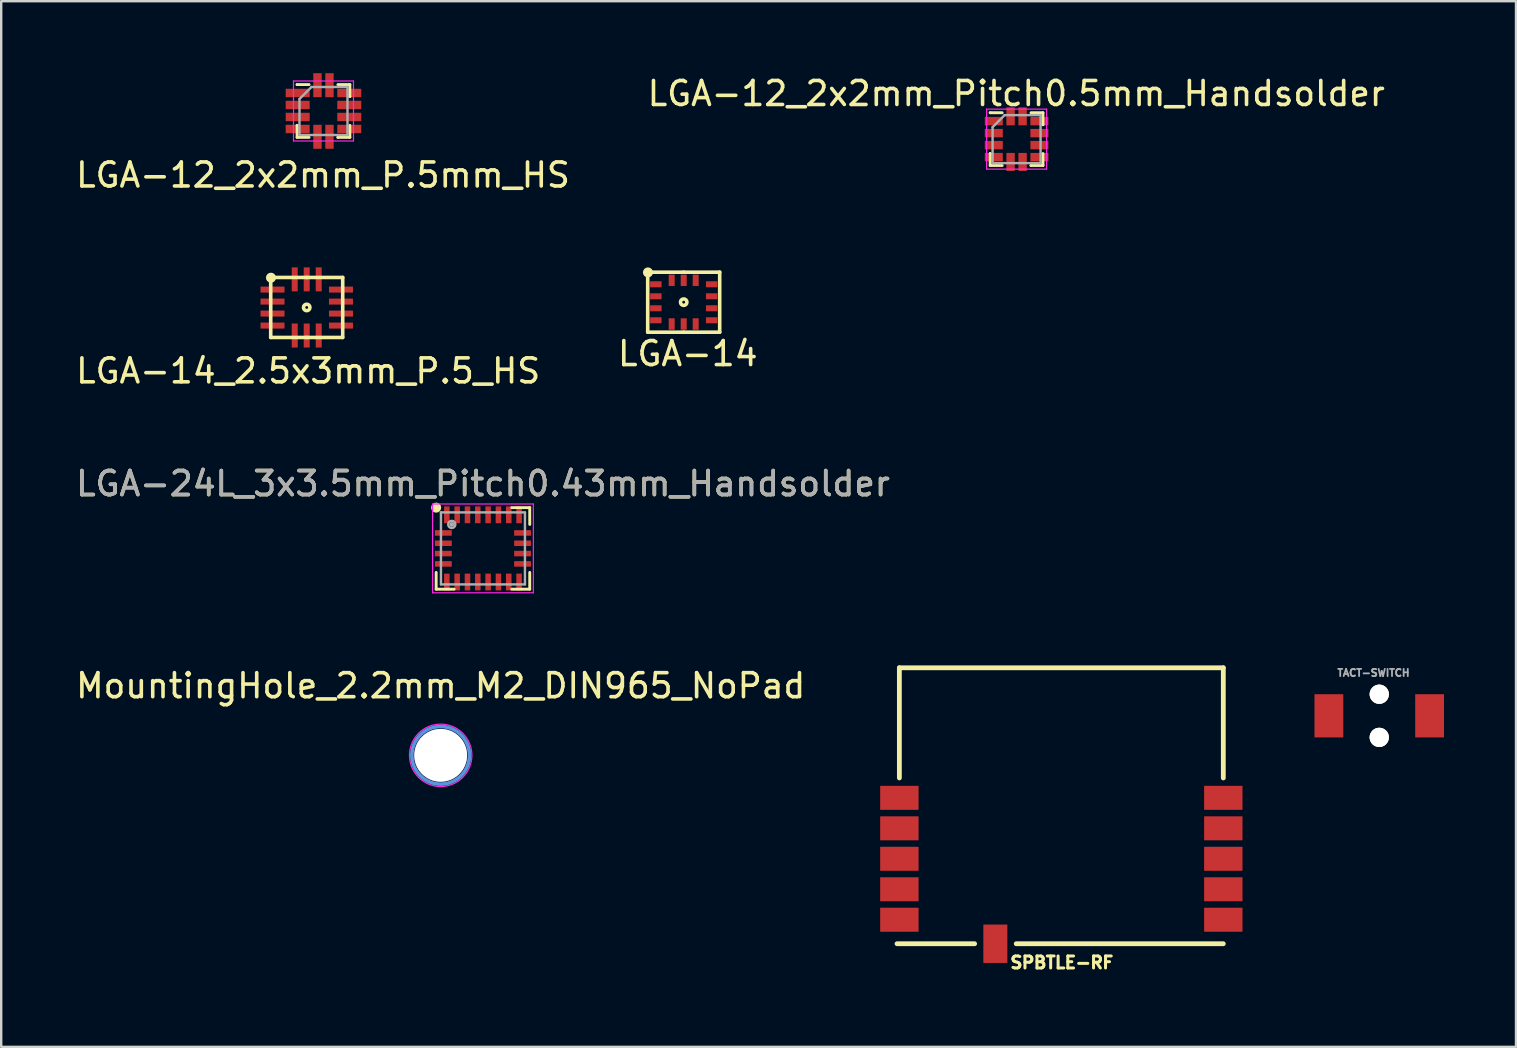
<source format=kicad_pcb>
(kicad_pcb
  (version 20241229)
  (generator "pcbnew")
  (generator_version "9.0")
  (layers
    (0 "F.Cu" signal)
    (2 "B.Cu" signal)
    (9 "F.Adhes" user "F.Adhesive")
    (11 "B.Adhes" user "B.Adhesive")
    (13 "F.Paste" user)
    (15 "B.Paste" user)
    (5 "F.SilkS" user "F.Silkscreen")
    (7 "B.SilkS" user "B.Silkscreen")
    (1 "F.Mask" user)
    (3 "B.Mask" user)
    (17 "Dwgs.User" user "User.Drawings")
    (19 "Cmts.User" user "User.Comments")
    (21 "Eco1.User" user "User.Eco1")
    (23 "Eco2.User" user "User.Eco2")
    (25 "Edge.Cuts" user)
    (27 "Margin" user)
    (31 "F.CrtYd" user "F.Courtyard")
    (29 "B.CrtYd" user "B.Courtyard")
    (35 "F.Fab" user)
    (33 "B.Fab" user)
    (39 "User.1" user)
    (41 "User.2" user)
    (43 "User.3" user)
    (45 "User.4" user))
  (footprint "MountingHole_2.2mm_M2_DIN965_NoPad"
    (layer "F.Cu")
    (at 15.315 28.428)
    (property "Reference" "MountingHole_2.2mm_M2_DIN965_NoPad" (at 0 -2.9 0) (layer "F.SilkS") (effects (font (size 1 1) (thickness 0.15))))
    (attr exclude_from_pos_files exclude_from_bom)
    (fp_circle (center 0 0) (end 1.2 0) (stroke (width 0.15) (type solid)) (fill no) (layer "Cmts.User"))
    (fp_circle (center 0 0) (end 1.3 0.05) (stroke (width 0.05) (type solid)) (fill no) (layer "F.CrtYd"))
    (pad "1" thru_hole circle (at 0 0) (size 2.2 2.2) (drill 2.2) (layers "*.Cu" "F.Mask" "F.Paste")))
  (footprint "LGA-12_2x2mm_Pitch0.5mm_Handsolder"
    (layer "F.Cu")
    (at 39.316 2.748)
    (property "Reference" "LGA-12_2x2mm_Pitch0.5mm_Handsolder" (at -0.013 -1.9 0) (layer "F.SilkS") (effects (font (size 1 1) (thickness 0.15))))
    (attr smd)
    (fp_line (start -1.1 -1.1) (end -1.1 -1.1) (stroke (width 0.12) (type solid)) (layer "F.SilkS"))
    (fp_line (start -1.1 0.6) (end -1.1 0.6) (stroke (width 0.12) (type solid)) (layer "F.SilkS"))
    (fp_line (start -1.1 1.1) (end -1.1 0.6) (stroke (width 0.12) (type solid)) (layer "F.SilkS"))
    (fp_line (start -0.6 -1.1) (end -1.1 -1.1) (stroke (width 0.12) (type solid)) (layer "F.SilkS"))
    (fp_line (start -0.6 1.1) (end -1.1 1.1) (stroke (width 0.12) (type solid)) (layer "F.SilkS"))
    (fp_line (start 0.6 -1.1) (end 1.1 -1.1) (stroke (width 0.12) (type solid)) (layer "F.SilkS"))
    (fp_line (start 0.6 1.1) (end 0.6 1.1) (stroke (width 0.12) (type solid)) (layer "F.SilkS"))
    (fp_line (start 1.1 -1.1) (end 1.1 -0.6) (stroke (width 0.12) (type solid)) (layer "F.SilkS"))
    (fp_line (start 1.1 -0.6) (end 1.1 -0.6) (stroke (width 0.12) (type solid)) (layer "F.SilkS"))
    (fp_line (start 1.1 0.6) (end 1.1 1.1) (stroke (width 0.12) (type solid)) (layer "F.SilkS"))
    (fp_line (start 1.1 1.1) (end 0.6 1.1) (stroke (width 0.12) (type solid)) (layer "F.SilkS"))
    (fp_line (start -1.25 -1.25) (end 1.25 -1.25) (stroke (width 0.05) (type solid)) (layer "F.CrtYd"))
    (fp_line (start -1.25 1.25) (end -1.25 -1.25) (stroke (width 0.05) (type solid)) (layer "F.CrtYd"))
    (fp_line (start 1.25 -1.25) (end 1.25 1.25) (stroke (width 0.05) (type solid)) (layer "F.CrtYd"))
    (fp_line (start 1.25 1.25) (end -1.25 1.25) (stroke (width 0.05) (type solid)) (layer "F.CrtYd"))
    (fp_line (start -1 -0.5) (end -0.5 -1) (stroke (width 0.1) (type solid)) (layer "F.Fab"))
    (fp_line (start -1 1) (end -1 -0.5) (stroke (width 0.1) (type solid)) (layer "F.Fab"))
    (fp_line (start -0.5 -1) (end 1 -1) (stroke (width 0.1) (type solid)) (layer "F.Fab"))
    (fp_line (start 1 -1) (end 1 1) (stroke (width 0.1) (type solid)) (layer "F.Fab"))
    (fp_line (start 1 1) (end -1 1) (stroke (width 0.1) (type solid)) (layer "F.Fab"))
    (pad "1" smd rect (at -0.95 -0.75) (size 0.75 0.35) (layers "F.Cu" "F.Mask" "F.Paste"))
    (pad "2" smd rect (at -0.95 -0.25) (size 0.75 0.35) (layers "F.Cu" "F.Mask" "F.Paste"))
    (pad "3" smd rect (at -0.95 0.25) (size 0.75 0.35) (layers "F.Cu" "F.Mask" "F.Paste"))
    (pad "4" smd rect (at -0.95 0.75) (size 0.75 0.35) (layers "F.Cu" "F.Mask" "F.Paste"))
    (pad "5" smd rect (at -0.25 0.95 270) (size 0.75 0.35) (layers "F.Cu" "F.Mask" "F.Paste"))
    (pad "6" smd rect (at 0.25 0.95 90) (size 0.75 0.35) (layers "F.Cu" "F.Mask" "F.Paste"))
    (pad "7" smd rect (at 0.95 0.75) (size 0.75 0.35) (layers "F.Cu" "F.Mask" "F.Paste"))
    (pad "8" smd rect (at 0.95 0.25) (size 0.75 0.35) (layers "F.Cu" "F.Mask" "F.Paste"))
    (pad "9" smd rect (at 0.95 -0.25) (size 0.75 0.35) (layers "F.Cu" "F.Mask" "F.Paste"))
    (pad "10" smd rect (at 0.95 -0.75) (size 0.75 0.35) (layers "F.Cu" "F.Mask" "F.Paste"))
    (pad "11" smd rect (at 0.25 -0.95 90) (size 0.75 0.35) (layers "F.Cu" "F.Mask" "F.Paste"))
    (pad "12" smd rect (at -0.25 -0.95 90) (size 0.75 0.35) (layers "F.Cu" "F.Mask" "F.Paste")))
  (footprint "LGA-14_2.5x3mm_P.5_HS"
    (layer "F.Cu")
    (at 8.572 9.018)
    (property "Reference" "LGA-14_2.5x3mm_P.5_HS" (at 1.22 3.39 0) (layer "F.SilkS") (effects (font (size 1 1) (thickness 0.15))))
    (attr through_hole)
    (fp_line (start -0.34 -0.505) (end -0.34 1.995) (stroke (width 0.15) (type solid)) (layer "F.SilkS"))
    (fp_line (start 1.16 -0.505) (end -0.34 -0.505) (stroke (width 0.15) (type solid)) (layer "F.SilkS"))
    (fp_line (start 1.16 -0.505) (end 2.66 -0.505) (stroke (width 0.15) (type solid)) (layer "F.SilkS"))
    (fp_line (start 1.16 1.995) (end -0.34 1.995) (stroke (width 0.15) (type solid)) (layer "F.SilkS"))
    (fp_line (start 1.16 1.995) (end 2.66 1.995) (stroke (width 0.15) (type solid)) (layer "F.SilkS"))
    (fp_line (start 2.66 -0.505) (end 2.66 1.995) (stroke (width 0.15) (type solid)) (layer "F.SilkS"))
    (fp_circle (center -0.33 -0.495) (end -0.24 -0.595) (stroke (width 0.15) (type solid)) (fill no) (layer "F.SilkS"))
    (fp_circle (center 1.16 0.745) (end 1.25 0.645) (stroke (width 0.15) (type solid)) (fill no) (layer "F.SilkS"))
    (pad "1" smd rect (at -0.265 0) (size 1 0.25) (layers "F.Cu" "F.Paste"))
    (pad "2" smd rect (at -0.265 0.5) (size 1 0.25) (layers "F.Cu" "F.Paste"))
    (pad "3" smd rect (at -0.265 1) (size 1 0.25) (layers "F.Cu" "F.Paste"))
    (pad "4" smd rect (at -0.265 1.5) (size 1 0.25) (layers "F.Cu" "F.Paste"))
    (pad "5" smd rect (at 0.66 1.915 90) (size 1 0.25) (layers "F.Cu" "F.Paste"))
    (pad "6" smd rect (at 1.16 1.915 90) (size 1 0.25) (layers "F.Cu" "F.Paste"))
    (pad "7" smd rect (at 1.66 1.915 90) (size 1 0.25) (layers "F.Cu" "F.Paste"))
    (pad "8" smd rect (at 2.587 1.5) (size 1 0.25) (layers "F.Cu" "F.Paste"))
    (pad "9" smd rect (at 2.587 1) (size 1 0.25) (layers "F.Cu" "F.Paste"))
    (pad "10" smd rect (at 2.587 0.5) (size 1 0.25) (layers "F.Cu" "F.Paste"))
    (pad "11" smd rect (at 2.587 0) (size 1 0.25) (layers "F.Cu" "F.Paste"))
    (pad "12" smd rect (at 1.66 -0.425 90) (size 1 0.25) (layers "F.Cu" "F.Paste"))
    (pad "13" smd rect (at 1.16 -0.425 90) (size 1 0.25) (layers "F.Cu" "F.Paste"))
    (pad "14" smd rect (at 0.66 -0.425 90) (size 1 0.25) (layers "F.Cu" "F.Paste")))
  (footprint "LGA-14"
    (layer "F.Cu")
    (at 24.283 8.798)
    (property "Reference" "LGA-14" (at 1.33 2.89 0) (layer "F.SilkS") (effects (font (size 1 1) (thickness 0.15))))
    (attr through_hole)
    (fp_line (start -0.34 -0.505) (end -0.34 1.995) (stroke (width 0.15) (type solid)) (layer "F.SilkS"))
    (fp_line (start 1.16 -0.505) (end -0.34 -0.505) (stroke (width 0.15) (type solid)) (layer "F.SilkS"))
    (fp_line (start 1.16 -0.505) (end 2.66 -0.505) (stroke (width 0.15) (type solid)) (layer "F.SilkS"))
    (fp_line (start 1.16 1.995) (end -0.34 1.995) (stroke (width 0.15) (type solid)) (layer "F.SilkS"))
    (fp_line (start 1.16 1.995) (end 2.66 1.995) (stroke (width 0.15) (type solid)) (layer "F.SilkS"))
    (fp_line (start 2.66 -0.505) (end 2.66 1.995) (stroke (width 0.15) (type solid)) (layer "F.SilkS"))
    (fp_circle (center -0.33 -0.495) (end -0.24 -0.595) (stroke (width 0.15) (type solid)) (fill no) (layer "F.SilkS"))
    (fp_circle (center 1.16 0.745) (end 1.25 0.645) (stroke (width 0.15) (type solid)) (fill no) (layer "F.SilkS"))
    (pad "1" smd rect (at 0 0) (size 0.475 0.25) (layers "F.Cu" "F.Paste"))
    (pad "2" smd rect (at 0 0.5) (size 0.475 0.25) (layers "F.Cu" "F.Paste"))
    (pad "3" smd rect (at 0 1) (size 0.475 0.25) (layers "F.Cu" "F.Paste"))
    (pad "4" smd rect (at 0 1.5) (size 0.475 0.25) (layers "F.Cu" "F.Paste"))
    (pad "5" smd rect (at 0.66 1.655 90) (size 0.475 0.25) (layers "F.Cu" "F.Paste"))
    (pad "6" smd rect (at 1.16 1.655 90) (size 0.475 0.25) (layers "F.Cu" "F.Paste"))
    (pad "7" smd rect (at 1.66 1.655 90) (size 0.475 0.25) (layers "F.Cu" "F.Paste"))
    (pad "8" smd rect (at 2.325 1.5) (size 0.475 0.25) (layers "F.Cu" "F.Paste"))
    (pad "9" smd rect (at 2.325 1) (size 0.475 0.25) (layers "F.Cu" "F.Paste"))
    (pad "10" smd rect (at 2.325 0.5) (size 0.475 0.25) (layers "F.Cu" "F.Paste"))
    (pad "11" smd rect (at 2.325 0) (size 0.475 0.25) (layers "F.Cu" "F.Paste"))
    (pad "12" smd rect (at 1.66 -0.165 90) (size 0.475 0.25) (layers "F.Cu" "F.Paste"))
    (pad "13" smd rect (at 1.16 -0.165 90) (size 0.475 0.25) (layers "F.Cu" "F.Paste"))
    (pad "14" smd rect (at 0.66 -0.165 90) (size 0.475 0.25) (layers "F.Cu" "F.Paste")))
  (footprint "LGA-12_2x2mm_P.5mm_HS"
    (layer "F.Cu")
    (at 10.431 1.575)
    (property "Reference" "LGA-12_2x2mm_P.5mm_HS" (at -0.02 2.67 0) (layer "F.SilkS") (effects (font (size 1 1) (thickness 0.15))))
    (attr smd)
    (fp_line (start -1.1 -1.1) (end -1.1 -1.1) (stroke (width 0.12) (type solid)) (layer "F.SilkS"))
    (fp_line (start -1.1 0.6) (end -1.1 0.6) (stroke (width 0.12) (type solid)) (layer "F.SilkS"))
    (fp_line (start -1.1 1.1) (end -1.1 0.6) (stroke (width 0.12) (type solid)) (layer "F.SilkS"))
    (fp_line (start -0.6 -1.1) (end -1.1 -1.1) (stroke (width 0.12) (type solid)) (layer "F.SilkS"))
    (fp_line (start -0.6 1.1) (end -1.1 1.1) (stroke (width 0.12) (type solid)) (layer "F.SilkS"))
    (fp_line (start 0.6 -1.1) (end 1.1 -1.1) (stroke (width 0.12) (type solid)) (layer "F.SilkS"))
    (fp_line (start 0.6 1.1) (end 0.6 1.1) (stroke (width 0.12) (type solid)) (layer "F.SilkS"))
    (fp_line (start 1.1 -1.1) (end 1.1 -0.6) (stroke (width 0.12) (type solid)) (layer "F.SilkS"))
    (fp_line (start 1.1 -0.6) (end 1.1 -0.6) (stroke (width 0.12) (type solid)) (layer "F.SilkS"))
    (fp_line (start 1.1 0.6) (end 1.1 1.1) (stroke (width 0.12) (type solid)) (layer "F.SilkS"))
    (fp_line (start 1.1 1.1) (end 0.6 1.1) (stroke (width 0.12) (type solid)) (layer "F.SilkS"))
    (fp_line (start -1.25 -1.25) (end 1.25 -1.25) (stroke (width 0.05) (type solid)) (layer "F.CrtYd"))
    (fp_line (start -1.25 1.25) (end -1.25 -1.25) (stroke (width 0.05) (type solid)) (layer "F.CrtYd"))
    (fp_line (start 1.25 -1.25) (end 1.25 1.25) (stroke (width 0.05) (type solid)) (layer "F.CrtYd"))
    (fp_line (start 1.25 1.25) (end -1.25 1.25) (stroke (width 0.05) (type solid)) (layer "F.CrtYd"))
    (fp_line (start -1 -0.5) (end -0.5 -1) (stroke (width 0.1) (type solid)) (layer "F.Fab"))
    (fp_line (start -1 1) (end -1 -0.5) (stroke (width 0.1) (type solid)) (layer "F.Fab"))
    (fp_line (start -0.5 -1) (end 1 -1) (stroke (width 0.1) (type solid)) (layer "F.Fab"))
    (fp_line (start 1 -1) (end 1 1) (stroke (width 0.1) (type solid)) (layer "F.Fab"))
    (fp_line (start 1 1) (end -1 1) (stroke (width 0.1) (type solid)) (layer "F.Fab"))
    (pad "1" smd rect (at -1.075 -0.75) (size 1 0.35) (layers "F.Cu" "F.Mask" "F.Paste"))
    (pad "2" smd rect (at -1.075 -0.25) (size 1 0.35) (layers "F.Cu" "F.Mask" "F.Paste"))
    (pad "3" smd rect (at -1.075 0.25) (size 1 0.35) (layers "F.Cu" "F.Mask" "F.Paste"))
    (pad "4" smd rect (at -1.075 0.75) (size 1 0.35) (layers "F.Cu" "F.Mask" "F.Paste"))
    (pad "5" smd rect (at -0.25 1.075 270) (size 1 0.35) (layers "F.Cu" "F.Mask" "F.Paste"))
    (pad "6" smd rect (at 0.25 1.075 90) (size 1 0.35) (layers "F.Cu" "F.Mask" "F.Paste"))
    (pad "7" smd rect (at 1.075 0.75) (size 1 0.35) (layers "F.Cu" "F.Mask" "F.Paste"))
    (pad "8" smd rect (at 1.075 0.25) (size 1 0.35) (layers "F.Cu" "F.Mask" "F.Paste"))
    (pad "9" smd rect (at 1.075 -0.25) (size 1 0.35) (layers "F.Cu" "F.Mask" "F.Paste"))
    (pad "10" smd rect (at 1.075 -0.75) (size 1 0.35) (layers "F.Cu" "F.Mask" "F.Paste"))
    (pad "11" smd rect (at 0.25 -1.075 90) (size 1 0.35) (layers "F.Cu" "F.Mask" "F.Paste"))
    (pad "12" smd rect (at -0.25 -1.075 90) (size 1 0.35) (layers "F.Cu" "F.Mask" "F.Paste")))
  (footprint "TACT-SWITCH"
    (layer "F.Cu")
    (at 54.43 26.781)
    (property "Reference" "TACT-SWITCH" (at -0.24 -1.79 180) (layer "F.Fab") (effects (font (size 0.3 0.3) (thickness 0.075))))
    (attr smd)
    (fp_line (start -1.999 -1.501) (end 1.999 -1.501) (stroke (width 0.001) (type solid)) (layer "F.Fab"))
    (fp_line (start -1.999 1.501) (end -1.999 -1.501) (stroke (width 0.001) (type solid)) (layer "F.Fab"))
    (fp_line (start -0.8 -2.101) (end 0.8 -2.101) (stroke (width 0.001) (type solid)) (layer "F.Fab"))
    (fp_line (start -0.8 -1.501) (end -0.8 -2.101) (stroke (width 0.001) (type solid)) (layer "F.Fab"))
    (fp_line (start 0.8 -2.101) (end 0.8 -1.501) (stroke (width 0.001) (type solid)) (layer "F.Fab"))
    (fp_line (start 1.999 -1.501) (end 1.999 1.501) (stroke (width 0.001) (type solid)) (layer "F.Fab"))
    (fp_line (start 1.999 1.501) (end -1.999 1.501) (stroke (width 0.001) (type solid)) (layer "F.Fab"))
    (pad "" thru_hole circle (at 0 -0.899) (size 0.8 0.8) (drill 0.8) (layers "*.Cu" "*.Mask" "F.SilkS"))
    (pad "" thru_hole circle (at 0 0.899) (size 0.8 0.8) (drill 0.8) (layers "*.Cu" "*.Mask" "F.SilkS"))
    (pad "1" smd rect (at -2.099 0) (size 1.2 1.801) (layers "F.Cu" "F.Mask" "F.Paste"))
    (pad "2" smd rect (at 2.099 0) (size 1.201 1.801) (layers "F.Cu" "F.Mask" "F.Paste")))
  (footprint "LGA-24L_3x3.5mm_Pitch0.43mm_Handsolder"
    (layer "F.Cu")
    (at 17.077 19.805)
    (property "Reference" "LGA-24L_3x3.5mm_Pitch0.43mm_Handsolder" (at 0 -2.7 0) (layer "F.SilkS") (effects (font (size 1 1) (thickness 0.15))))
    (attr smd)
    (fp_line (start -1.95 1.7) (end -1.95 1) (stroke (width 0.12) (type solid)) (layer "F.SilkS"))
    (fp_line (start -1.2 1.7) (end -1.95 1.7) (stroke (width 0.12) (type solid)) (layer "F.SilkS"))
    (fp_line (start 1.2 -1.7) (end 1.95 -1.7) (stroke (width 0.12) (type solid)) (layer "F.SilkS"))
    (fp_line (start 1.95 -1.7) (end 1.95 -1) (stroke (width 0.12) (type solid)) (layer "F.SilkS"))
    (fp_line (start 1.95 1) (end 1.95 1.7) (stroke (width 0.12) (type solid)) (layer "F.SilkS"))
    (fp_line (start 1.95 1.7) (end 1.2 1.7) (stroke (width 0.12) (type solid)) (layer "F.SilkS"))
    (fp_circle (center -1.95 -1.7) (end -1.89 -1.7) (stroke (width 0.12) (type solid)) (fill no) (layer "F.SilkS"))
    (fp_circle (center -1.95 -1.7) (end -1.8 -1.7) (stroke (width 0.12) (type solid)) (fill no) (layer "F.SilkS"))
    (fp_line (start -2.1 -1.85) (end 2.1 -1.85) (stroke (width 0.05) (type solid)) (layer "F.CrtYd"))
    (fp_line (start -2.1 1.85) (end -2.1 -1.85) (stroke (width 0.05) (type solid)) (layer "F.CrtYd"))
    (fp_line (start 2.1 -1.85) (end 2.1 1.85) (stroke (width 0.05) (type solid)) (layer "F.CrtYd"))
    (fp_line (start 2.1 1.85) (end -2.1 1.85) (stroke (width 0.05) (type solid)) (layer "F.CrtYd"))
    (fp_line (start -1.75 -1.5) (end 1.75 -1.5) (stroke (width 0.1) (type solid)) (layer "F.Fab"))
    (fp_line (start -1.75 1.5) (end -1.75 -1.5) (stroke (width 0.1) (type solid)) (layer "F.Fab"))
    (fp_line (start 1.75 -1.5) (end 1.75 1.5) (stroke (width 0.1) (type solid)) (layer "F.Fab"))
    (fp_line (start 1.75 1.5) (end -1.75 1.5) (stroke (width 0.1) (type solid)) (layer "F.Fab"))
    (fp_circle (center -1.3 -1) (end -1.3 -0.95) (stroke (width 0.1) (type solid)) (fill no) (layer "F.Fab"))
    (fp_circle (center -1.3 -1) (end -1.3 -0.85) (stroke (width 0.1) (type solid)) (fill no) (layer "F.Fab"))
    (fp_text user "${REFERENCE}" (at 0 -2.7 0) (layer "F.Fab") (effects (font (size 1 1) (thickness 0.15))))
    (pad "1" smd rect (at -1.505 -1.4) (size 0.23 0.7) (layers "F.Cu" "F.Mask" "F.Paste"))
    (pad "2" smd rect (at -1.65 -0.645) (size 0.7 0.23) (layers "F.Cu" "F.Mask" "F.Paste"))
    (pad "3" smd rect (at -1.65 -0.215) (size 0.7 0.23) (layers "F.Cu" "F.Mask" "F.Paste"))
    (pad "4" smd rect (at -1.65 0.215) (size 0.7 0.23) (layers "F.Cu" "F.Mask" "F.Paste"))
    (pad "5" smd rect (at -1.65 0.645) (size 0.7 0.23) (layers "F.Cu" "F.Mask" "F.Paste"))
    (pad "6" smd rect (at -1.505 1.4) (size 0.23 0.7) (layers "F.Cu" "F.Mask" "F.Paste"))
    (pad "7" smd rect (at -1.075 1.4) (size 0.23 0.7) (layers "F.Cu" "F.Mask" "F.Paste"))
    (pad "8" smd rect (at -0.645 1.4) (size 0.23 0.7) (layers "F.Cu" "F.Mask" "F.Paste"))
    (pad "9" smd rect (at -0.215 1.4) (size 0.23 0.7) (layers "F.Cu" "F.Mask" "F.Paste"))
    (pad "10" smd rect (at 0.215 1.4) (size 0.23 0.7) (layers "F.Cu" "F.Mask" "F.Paste"))
    (pad "11" smd rect (at 0.645 1.4 180) (size 0.23 0.7) (layers "F.Cu" "F.Mask" "F.Paste"))
    (pad "12" smd rect (at 1.075 1.4) (size 0.23 0.7) (layers "F.Cu" "F.Mask" "F.Paste"))
    (pad "13" smd rect (at 1.505 1.4) (size 0.23 0.7) (layers "F.Cu" "F.Mask" "F.Paste"))
    (pad "14" smd rect (at 1.65 0.645) (size 0.7 0.23) (layers "F.Cu" "F.Mask" "F.Paste"))
    (pad "15" smd rect (at 1.65 0.215) (size 0.7 0.23) (layers "F.Cu" "F.Mask" "F.Paste"))
    (pad "16" smd rect (at 1.65 -0.215) (size 0.7 0.23) (layers "F.Cu" "F.Mask" "F.Paste"))
    (pad "17" smd rect (at 1.65 -0.645) (size 0.7 0.23) (layers "F.Cu" "F.Mask" "F.Paste"))
    (pad "18" smd rect (at 1.505 -1.4) (size 0.23 0.7) (layers "F.Cu" "F.Mask" "F.Paste"))
    (pad "19" smd rect (at 1.075 -1.4) (size 0.23 0.7) (layers "F.Cu" "F.Mask" "F.Paste"))
    (pad "20" smd rect (at 0.645 -1.4) (size 0.23 0.7) (layers "F.Cu" "F.Mask" "F.Paste"))
    (pad "21" smd rect (at 0.215 -1.4) (size 0.23 0.7) (layers "F.Cu" "F.Mask" "F.Paste"))
    (pad "22" smd rect (at -0.215 -1.4) (size 0.23 0.7) (layers "F.Cu" "F.Mask" "F.Paste"))
    (pad "23" smd rect (at -0.645 -1.4) (size 0.23 0.7) (layers "F.Cu" "F.Mask" "F.Paste"))
    (pad "24" smd rect (at -1.075 -1.4) (size 0.23 0.7) (layers "F.Cu" "F.Mask" "F.Paste")))
  (footprint "SPBTLE-RF"
    (layer "F.Cu")
    (at 41.181 32.74)
    (property "Reference" "SPBTLE-RF" (at 0.02 4.325 0) (layer "F.SilkS") (effects (font (size 0.5 0.5) (thickness 0.125))))
    (attr through_hole)
    (fp_line (start -6.848 3.54) (end -3.614 3.54) (stroke (width 0.2) (type solid)) (layer "F.SilkS"))
    (fp_line (start -6.75 -7.96) (end -6.75 -3.369) (stroke (width 0.2) (type solid)) (layer "F.SilkS"))
    (fp_line (start -6.75 -7.96) (end 6.75 -7.96) (stroke (width 0.2) (type solid)) (layer "F.SilkS"))
    (fp_line (start -1.88 3.54) (end 6.75 3.54) (stroke (width 0.2) (type solid)) (layer "F.SilkS"))
    (fp_line (start 6.75 -7.96) (end 6.75 -3.369) (stroke (width 0.2) (type solid)) (layer "F.SilkS"))
    (pad "1" smd rect (at -6.75 -2.54) (size 1.6 1) (layers "F.Cu" "F.Mask" "F.Paste"))
    (pad "2" smd rect (at -6.75 -1.27) (size 1.6 1) (layers "F.Cu" "F.Mask" "F.Paste"))
    (pad "3" smd rect (at -6.75 0) (size 1.6 1) (layers "F.Cu" "F.Mask" "F.Paste"))
    (pad "4" smd rect (at -6.75 1.27) (size 1.6 1) (layers "F.Cu" "F.Mask" "F.Paste"))
    (pad "5" smd rect (at -6.75 2.54) (size 1.6 1) (layers "F.Cu" "F.Mask" "F.Paste"))
    (pad "6" smd rect (at -2.75 3.54 90) (size 1.6 1) (layers "F.Cu" "F.Mask" "F.Paste"))
    (pad "7" smd rect (at 6.75 2.54) (size 1.6 1) (layers "F.Cu" "F.Mask" "F.Paste"))
    (pad "8" smd rect (at 6.75 1.27) (size 1.6 1) (layers "F.Cu" "F.Mask" "F.Paste"))
    (pad "9" smd rect (at 6.75 0) (size 1.6 1) (layers "F.Cu" "F.Mask" "F.Paste"))
    (pad "10" smd rect (at 6.75 -1.27) (size 1.6 1) (layers "F.Cu" "F.Mask" "F.Paste"))
    (pad "11" smd rect (at 6.75 -2.54) (size 1.6 1) (layers "F.Cu" "F.Mask" "F.Paste")))
  (gr_rect
    (start -3 -3)
    (end 60.129 40.577)
    (stroke (width 0.1) (type default))
    (fill no)
    (layer "Edge.Cuts")))
</source>
